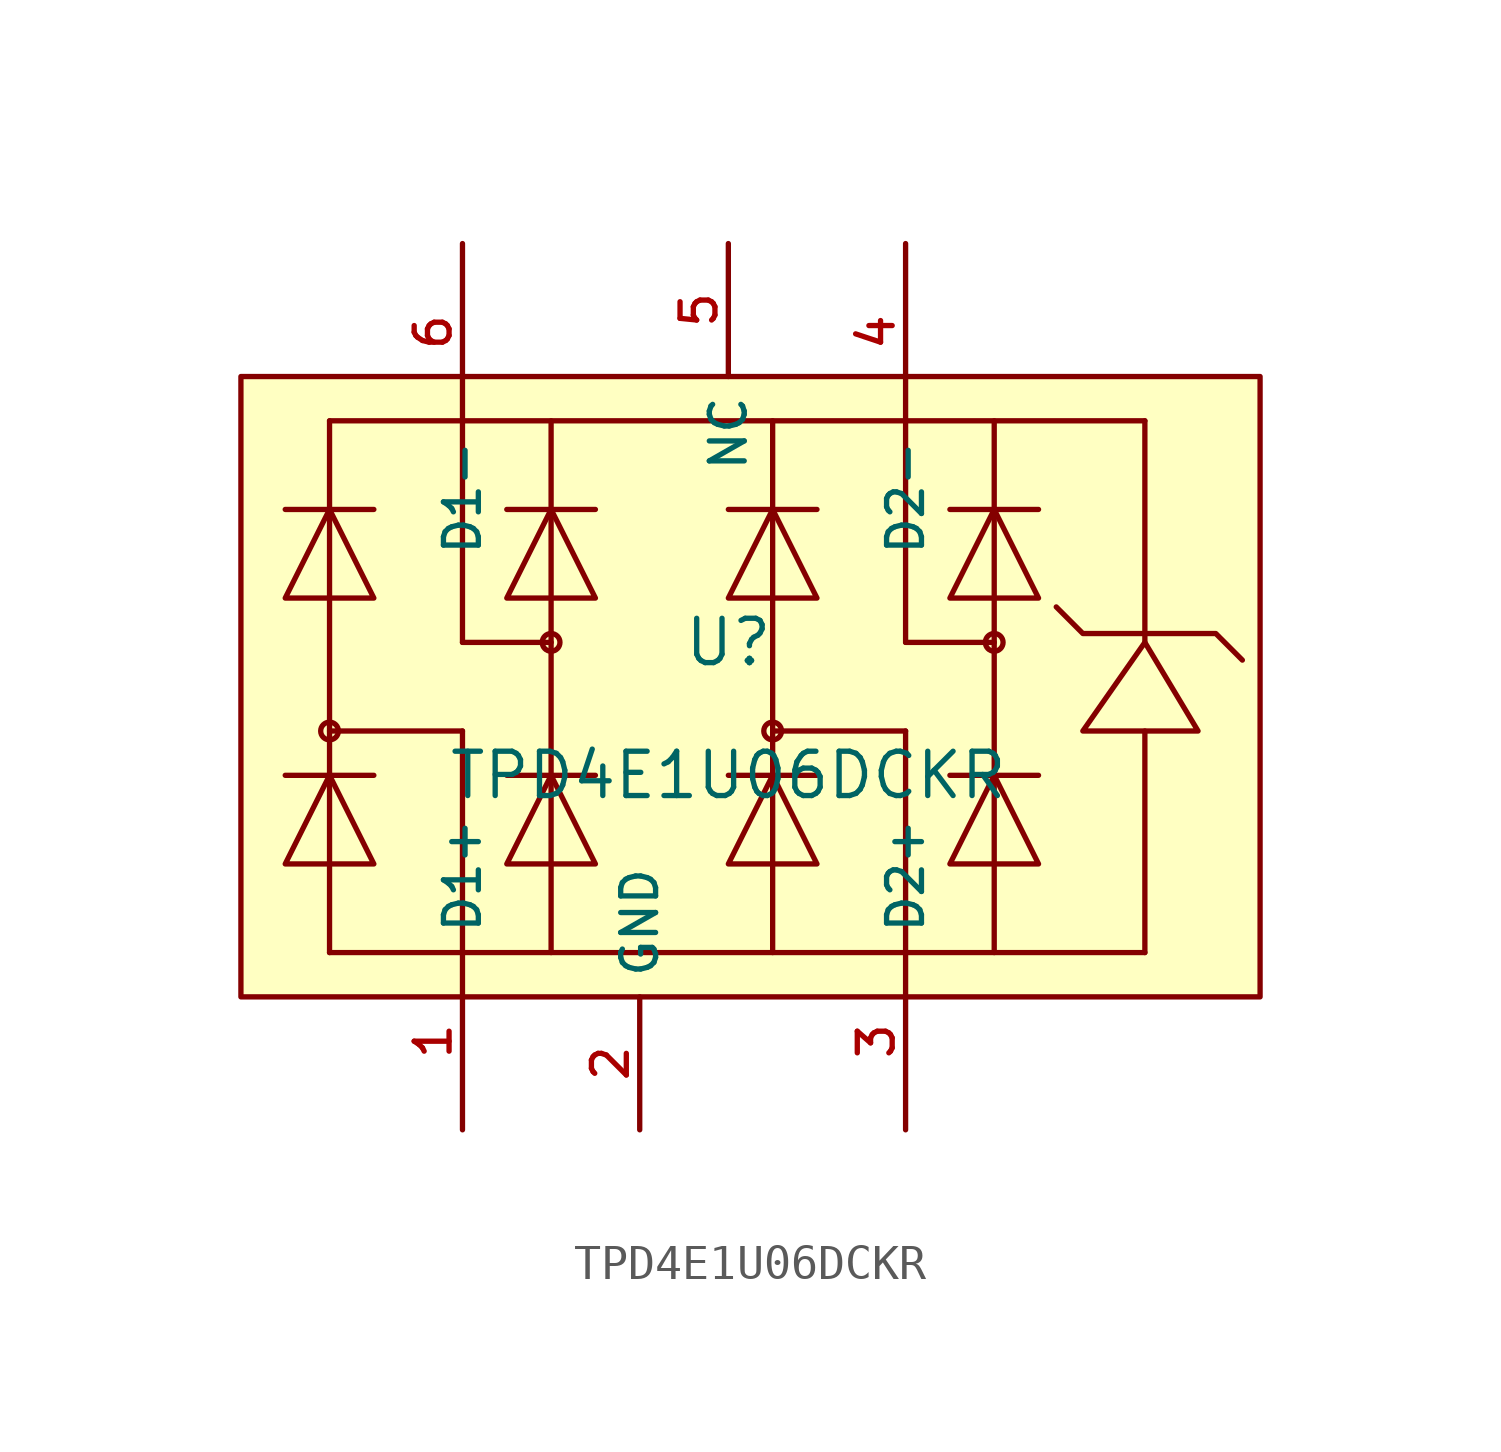
<source format=kicad_sym>
(kicad_symbol_lib
  (version 20210201)
  (generator TousstNicolas/JLC2KiCad_lib)
  (symbol "TPD4E1U06DCKR"
    (property "Reference" "U"
      (at 0 1.27 0)
      (effects (font (size 1.27 1.27))))
    (property "Value" "TPD4E1U06DCKR"
      (at 0 -2.54 0)
      (effects (font (size 1.27 1.27))))
    (symbol "TPD4E1U06DCKR_0_1"
      (rectangle (start -13.97 8.89) (end 15.24 -8.89) (stroke (width 0) (type default) (color 0 0 0 0)) (fill (type background)))
      (polyline (pts (xy -7.62 -1.27) (xy -11.43 -1.27)) (stroke (width 0) (type default) (color 0 0 0 0)) (fill (type none)))
      (polyline (pts (xy -12.7 5.08) (xy -11.43 5.08)) (stroke (width 0) (type default) (color 0 0 0 0)) (fill (type none)))
      (polyline (pts (xy -11.43 5.08) (xy -10.16 5.08)) (stroke (width 0) (type default) (color 0 0 0 0)) (fill (type none)))
      (polyline (pts (xy -10.16 2.54) (xy -11.43 5.08) (xy -12.7 2.54) (xy -10.16 2.54)) (stroke (width 0) (type default) (color 0 0 0 0)) (fill (type background)))
      (polyline (pts (xy -12.7 -2.54) (xy -11.43 -2.54)) (stroke (width 0) (type default) (color 0 0 0 0)) (fill (type none)))
      (polyline (pts (xy -11.43 -2.54) (xy -10.16 -2.54)) (stroke (width 0) (type default) (color 0 0 0 0)) (fill (type none)))
      (polyline (pts (xy -10.16 -5.08) (xy -11.43 -2.54) (xy -12.7 -5.08) (xy -10.16 -5.08)) (stroke (width 0) (type default) (color 0 0 0 0)) (fill (type background)))
      (circle (center -11.43 -1.27) (radius 0.254) (stroke (width 0) (type default) (color 0 0 0 0)) (fill (type background)))
      (polyline (pts (xy -11.43 -7.62) (xy -11.43 7.62)) (stroke (width 0) (type default) (color 0 0 0 0)) (fill (type none)))
      (polyline (pts (xy -7.62 1.27) (xy -5.08 1.27)) (stroke (width 0) (type default) (color 0 0 0 0)) (fill (type none)))
      (polyline (pts (xy -6.35 5.08) (xy -5.08 5.08)) (stroke (width 0) (type default) (color 0 0 0 0)) (fill (type none)))
      (polyline (pts (xy -5.08 5.08) (xy -3.81 5.08)) (stroke (width 0) (type default) (color 0 0 0 0)) (fill (type none)))
      (polyline (pts (xy -3.81 2.54) (xy -5.08 5.08) (xy -6.35 2.54) (xy -3.81 2.54)) (stroke (width 0) (type default) (color 0 0 0 0)) (fill (type background)))
      (polyline (pts (xy -6.35 -2.54) (xy -5.08 -2.54)) (stroke (width 0) (type default) (color 0 0 0 0)) (fill (type none)))
      (polyline (pts (xy -5.08 -2.54) (xy -3.81 -2.54)) (stroke (width 0) (type default) (color 0 0 0 0)) (fill (type none)))
      (polyline (pts (xy -3.81 -5.08) (xy -5.08 -2.54) (xy -6.35 -5.08) (xy -3.81 -5.08)) (stroke (width 0) (type default) (color 0 0 0 0)) (fill (type background)))
      (circle (center -5.08 1.27) (radius 0.254) (stroke (width 0) (type default) (color 0 0 0 0)) (fill (type background)))
      (polyline (pts (xy -5.08 -7.62) (xy -5.08 7.62)) (stroke (width 0) (type default) (color 0 0 0 0)) (fill (type none)))
      (polyline (pts (xy 5.08 -1.27) (xy 1.27 -1.27)) (stroke (width 0) (type default) (color 0 0 0 0)) (fill (type none)))
      (polyline (pts (xy 2.54 5.08) (xy 1.27 5.08)) (stroke (width 0) (type default) (color 0 0 0 0)) (fill (type none)))
      (polyline (pts (xy 1.27 5.08) (xy 0.0 5.08)) (stroke (width 0) (type default) (color 0 0 0 0)) (fill (type none)))
      (polyline (pts (xy 0.0 2.54) (xy 1.27 5.08) (xy 2.54 2.54) (xy 0.0 2.54)) (stroke (width 0) (type default) (color 0 0 0 0)) (fill (type background)))
      (polyline (pts (xy 2.54 -2.54) (xy 1.27 -2.54)) (stroke (width 0) (type default) (color 0 0 0 0)) (fill (type none)))
      (polyline (pts (xy 1.27 -2.54) (xy 0.0 -2.54)) (stroke (width 0) (type default) (color 0 0 0 0)) (fill (type none)))
      (polyline (pts (xy 0.0 -5.08) (xy 1.27 -2.54) (xy 2.54 -5.08) (xy 0.0 -5.08)) (stroke (width 0) (type default) (color 0 0 0 0)) (fill (type background)))
      (circle (center 1.27 -1.27) (radius 0.254) (stroke (width 0) (type default) (color 0 0 0 0)) (fill (type background)))
      (polyline (pts (xy 1.27 -7.62) (xy 1.27 7.62)) (stroke (width 0) (type default) (color 0 0 0 0)) (fill (type none)))
      (polyline (pts (xy 5.08 1.27) (xy 7.62 1.27)) (stroke (width 0) (type default) (color 0 0 0 0)) (fill (type none)))
      (polyline (pts (xy 8.89 5.08) (xy 7.62 5.08)) (stroke (width 0) (type default) (color 0 0 0 0)) (fill (type none)))
      (polyline (pts (xy 7.62 5.08) (xy 6.35 5.08)) (stroke (width 0) (type default) (color 0 0 0 0)) (fill (type none)))
      (polyline (pts (xy 6.35 2.54) (xy 7.62 5.08) (xy 8.89 2.54) (xy 6.35 2.54)) (stroke (width 0) (type default) (color 0 0 0 0)) (fill (type background)))
      (polyline (pts (xy 8.89 -2.54) (xy 7.62 -2.54)) (stroke (width 0) (type default) (color 0 0 0 0)) (fill (type none)))
      (polyline (pts (xy 7.62 -2.54) (xy 6.35 -2.54)) (stroke (width 0) (type default) (color 0 0 0 0)) (fill (type none)))
      (polyline (pts (xy 6.35 -5.08) (xy 7.62 -2.54) (xy 8.89 -5.08) (xy 6.35 -5.08)) (stroke (width 0) (type default) (color 0 0 0 0)) (fill (type background)))
      (circle (center 7.62 1.27) (radius 0.254) (stroke (width 0) (type default) (color 0 0 0 0)) (fill (type background)))
      (polyline (pts (xy 7.62 -7.62) (xy 7.62 7.62)) (stroke (width 0) (type default) (color 0 0 0 0)) (fill (type none)))
      (polyline (pts (xy 11.938 7.62) (xy -11.43 7.62)) (stroke (width 0) (type default) (color 0 0 0 0)) (fill (type none)))
      (polyline (pts (xy 11.938 -7.62) (xy -11.43 -7.62)) (stroke (width 0) (type default) (color 0 0 0 0)) (fill (type none)))
      (pin unspecified line (at -7.62 -12.7 90) (length 5.08) (name "D1+" (effects (font (size 1 1)))) (number "1" (effects (font (size 1 1)))))
      (pin unspecified line (at -2.54 -12.7 90) (length 3.81) (name "GND" (effects (font (size 1 1)))) (number "2" (effects (font (size 1 1)))))
      (pin unspecified line (at 5.08 -12.7 90) (length 5.08) (name "D2+" (effects (font (size 1 1)))) (number "3" (effects (font (size 1 1)))))
      (polyline (pts (xy 9.398 2.286) (xy 10.16 1.524) (xy 10.16 1.524) (xy 13.97 1.524) (xy 13.97 1.524) (xy 14.732 0.762)) (stroke (width 0) (type default) (color 0 0 0 0)) (fill (type none)))
      (polyline (pts (xy 13.462 -1.27) (xy 11.938 1.27) (xy 10.16 -1.27) (xy 13.462 -1.27)) (stroke (width 0) (type default) (color 0 0 0 0)) (fill (type background)))
      (polyline (pts (xy 11.938 1.27) (xy 11.938 7.62)) (stroke (width 0) (type default) (color 0 0 0 0)) (fill (type none)))
      (pin unspecified line (at -7.62 12.7 270) (length 5.08) (name "D1-" (effects (font (size 1 1)))) (number "6" (effects (font (size 1 1)))))
      (pin unspecified line (at 0.0 12.7 270) (length 3.81) (name "NC" (effects (font (size 1 1)))) (number "5" (effects (font (size 1 1)))))
      (pin unspecified line (at 5.08 12.7 270) (length 5.08) (name "D2-" (effects (font (size 1 1)))) (number "4" (effects (font (size 1 1)))))
      (polyline (pts (xy -7.62 -1.27) (xy -7.62 -7.62)) (stroke (width 0) (type default) (color 0 0 0 0)) (fill (type none)))
      (polyline (pts (xy -7.62 7.62) (xy -7.62 1.27)) (stroke (width 0) (type default) (color 0 0 0 0)) (fill (type none)))
      (polyline (pts (xy 5.08 -1.27) (xy 5.08 -7.62)) (stroke (width 0) (type default) (color 0 0 0 0)) (fill (type none)))
      (polyline (pts (xy 5.08 7.62) (xy 5.08 1.27)) (stroke (width 0) (type default) (color 0 0 0 0)) (fill (type none)))
      (polyline (pts (xy 11.938 -7.62) (xy 11.938 -1.27)) (stroke (width 0) (type default) (color 0 0 0 0)) (fill (type none))))))
</source>
